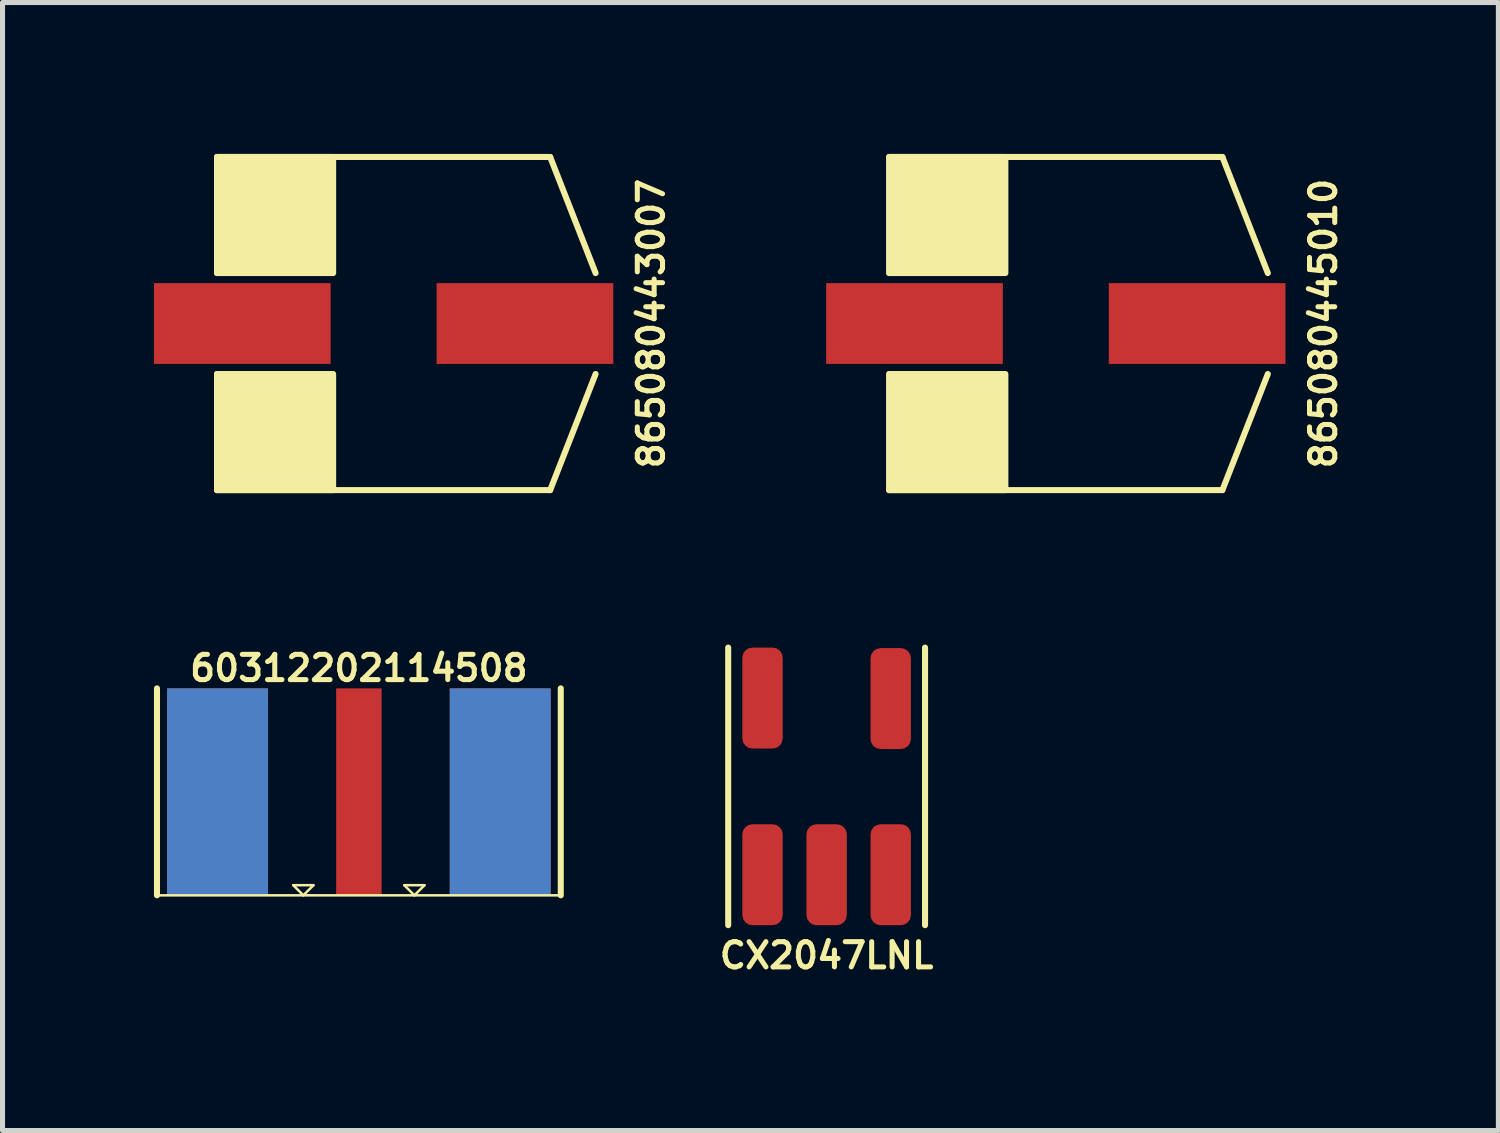
<source format=kicad_pcb>
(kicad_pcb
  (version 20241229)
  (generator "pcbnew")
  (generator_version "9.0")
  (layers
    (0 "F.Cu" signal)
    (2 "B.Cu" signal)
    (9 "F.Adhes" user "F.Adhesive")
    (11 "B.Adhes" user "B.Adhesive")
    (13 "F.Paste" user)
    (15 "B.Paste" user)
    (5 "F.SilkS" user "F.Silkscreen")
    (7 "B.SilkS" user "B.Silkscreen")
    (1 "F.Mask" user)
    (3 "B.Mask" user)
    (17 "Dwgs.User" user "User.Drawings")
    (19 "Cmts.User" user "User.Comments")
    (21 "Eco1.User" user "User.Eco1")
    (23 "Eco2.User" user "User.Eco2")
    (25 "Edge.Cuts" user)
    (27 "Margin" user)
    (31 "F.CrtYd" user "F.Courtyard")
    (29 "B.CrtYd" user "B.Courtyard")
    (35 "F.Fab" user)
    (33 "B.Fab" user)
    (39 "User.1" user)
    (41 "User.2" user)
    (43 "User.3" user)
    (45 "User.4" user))
  (footprint "865080443007"
    (layer "F.Cu")
    (at 4.55 3.36)
    (property "Reference" "865080443007" (at 5.3 0 90) (unlocked yes) (layer "F.SilkS") (effects (font (size 0.5 0.5) (thickness 0.1))))
    (attr smd)
    (fp_line (start -3.3 -3.3) (end -3.3 -1) (stroke (width 0.12) (type solid)) (layer "F.SilkS"))
    (fp_line (start -3.3 -3.3) (end 3.3 -3.3) (stroke (width 0.12) (type solid)) (layer "F.SilkS"))
    (fp_line (start -3.3 3.3) (end -3.3 1) (stroke (width 0.12) (type solid)) (layer "F.SilkS"))
    (fp_line (start -3.3 3.3) (end 3.3 3.3) (stroke (width 0.12) (type solid)) (layer "F.SilkS"))
    (fp_line (start 3.3 -3.3) (end 4.2 -1) (stroke (width 0.12) (type solid)) (layer "F.SilkS"))
    (fp_line (start 3.3 3.3) (end 4.2 1) (stroke (width 0.12) (type solid)) (layer "F.SilkS"))
    (fp_rect (start -3.3 -3.3) (end -1 -1) (stroke (width 0.12) (type solid)) (fill yes) (layer "F.SilkS"))
    (fp_rect (start -3.3 1) (end -1 3.3) (stroke (width 0.12) (type solid)) (fill yes) (layer "F.SilkS"))
    (pad "1" smd rect (at 2.8 0 180) (size 3.5 1.6) (layers "F.Cu" "F.Mask" "F.Paste"))
    (pad "2" smd rect (at -2.8 0 180) (size 3.5 1.6) (layers "F.Cu" "F.Mask" "F.Paste")))
  (footprint "865080445010"
    (layer "F.Cu")
    (at 17.868 3.36)
    (property "Reference" "865080445010" (at 5.3 0 90) (unlocked yes) (layer "F.SilkS") (effects (font (size 0.5 0.5) (thickness 0.1))))
    (attr smd)
    (fp_line (start -3.3 -3.3) (end -3.3 -1) (stroke (width 0.12) (type solid)) (layer "F.SilkS"))
    (fp_line (start -3.3 -3.3) (end 3.3 -3.3) (stroke (width 0.12) (type solid)) (layer "F.SilkS"))
    (fp_line (start -3.3 3.3) (end -3.3 1) (stroke (width 0.12) (type solid)) (layer "F.SilkS"))
    (fp_line (start -3.3 3.3) (end 3.3 3.3) (stroke (width 0.12) (type solid)) (layer "F.SilkS"))
    (fp_line (start 3.3 -3.3) (end 4.2 -1) (stroke (width 0.12) (type solid)) (layer "F.SilkS"))
    (fp_line (start 3.3 3.3) (end 4.2 1) (stroke (width 0.12) (type solid)) (layer "F.SilkS"))
    (fp_rect (start -3.3 -3.3) (end -1 -1) (stroke (width 0.12) (type solid)) (fill yes) (layer "F.SilkS"))
    (fp_rect (start -3.3 1) (end -1 3.3) (stroke (width 0.12) (type solid)) (fill yes) (layer "F.SilkS"))
    (pad "1" smd rect (at 2.8 0 180) (size 3.5 1.6) (layers "F.Cu" "F.Mask" "F.Paste"))
    (pad "2" smd rect (at -2.8 0 180) (size 3.5 1.6) (layers "F.Cu" "F.Mask" "F.Paste")))
  (footprint "60312202114508"
    (layer "F.Cu")
    (at 4.06 14.688)
    (property "Reference" "60312202114508" (at 0 -4.5 0) (unlocked yes) (layer "F.SilkS") (effects (font (size 0.5 0.5) (thickness 0.1))))
    (attr smd)
    (fp_line (start -4 0) (end -4 -4.1) (stroke (width 0.12) (type solid)) (layer "F.SilkS"))
    (fp_line (start -4 0) (end 4 0) (stroke (width 0.05) (type solid)) (layer "F.SilkS"))
    (fp_line (start -1.3 -0.2) (end -0.9 -0.2) (stroke (width 0.05) (type solid)) (layer "F.SilkS"))
    (fp_line (start -1.1 0) (end -1.3 -0.2) (stroke (width 0.05) (type solid)) (layer "F.SilkS"))
    (fp_line (start -0.9 -0.2) (end -1.1 0) (stroke (width 0.05) (type solid)) (layer "F.SilkS"))
    (fp_line (start 0.9 -0.2) (end 1.3 -0.2) (stroke (width 0.05) (type solid)) (layer "F.SilkS"))
    (fp_line (start 1.1 0) (end 0.9 -0.2) (stroke (width 0.05) (type solid)) (layer "F.SilkS"))
    (fp_line (start 1.3 -0.2) (end 1.1 0) (stroke (width 0.05) (type solid)) (layer "F.SilkS"))
    (fp_line (start 4 0) (end 4 -4.1) (stroke (width 0.12) (type solid)) (layer "F.SilkS"))
    (pad "1" smd rect (at 0 -2.05 90) (size 4.1 0.9) (layers "F.Cu" "F.Mask" "F.Paste"))
    (pad "2" smd rect (at -2.8 -2.05 90) (size 4.1 2) (layers "F.Cu" "F.Mask" "F.Paste"))
    (pad "2" smd rect (at -2.8 -2.05 90) (size 4.1 2) (layers "F.Mask" "B.Cu" "F.Paste"))
    (pad "2" smd rect (at 2.8 -2.05 90) (size 4.1 2) (layers "F.Cu" "F.Mask" "F.Paste"))
    (pad "2" smd rect (at 2.8 -2.05 90) (size 4.1 2) (layers "F.Mask" "B.Cu" "F.Paste")))
  (footprint "CX2047LNL"
    (layer "F.Cu")
    (at 13.327 12.53)
    (property "Reference" "CX2047LNL" (at 0 3.35 0) (unlocked yes) (layer "F.SilkS") (effects (font (size 0.5 0.5) (thickness 0.1))))
    (attr smd)
    (fp_line (start -1.95 2.75) (end -1.95 -2.75) (stroke (width 0.12) (type solid)) (layer "F.SilkS"))
    (fp_line (start 1.95 2.75) (end 1.95 -2.75) (stroke (width 0.12) (type solid)) (layer "F.SilkS"))
    (pad "1" smd roundrect (at 1.27 1.75 90) (size 2 0.8) (layers "F.Cu" "F.Mask" "F.Paste") (roundrect_rratio 0.25))
    (pad "2" smd roundrect (at 0 1.75 90) (size 2 0.8) (layers "F.Cu" "F.Mask" "F.Paste") (roundrect_rratio 0.25))
    (pad "3" smd roundrect (at -1.27 1.75 90) (size 2 0.8) (layers "F.Cu" "F.Mask" "F.Paste") (roundrect_rratio 0.25))
    (pad "4" smd roundrect (at -1.27 -1.75 90) (size 2 0.8) (layers "F.Cu" "F.Mask" "F.Paste") (roundrect_rratio 0.25))
    (pad "6" smd roundrect (at 1.27 -1.74 90) (size 2 0.8) (layers "F.Cu" "F.Mask" "F.Paste") (roundrect_rratio 0.25)))
  (gr_rect
    (start -3 -3)
    (end 26.636 19.348)
    (stroke (width 0.1) (type default))
    (fill no)
    (layer "Edge.Cuts")))
</source>
